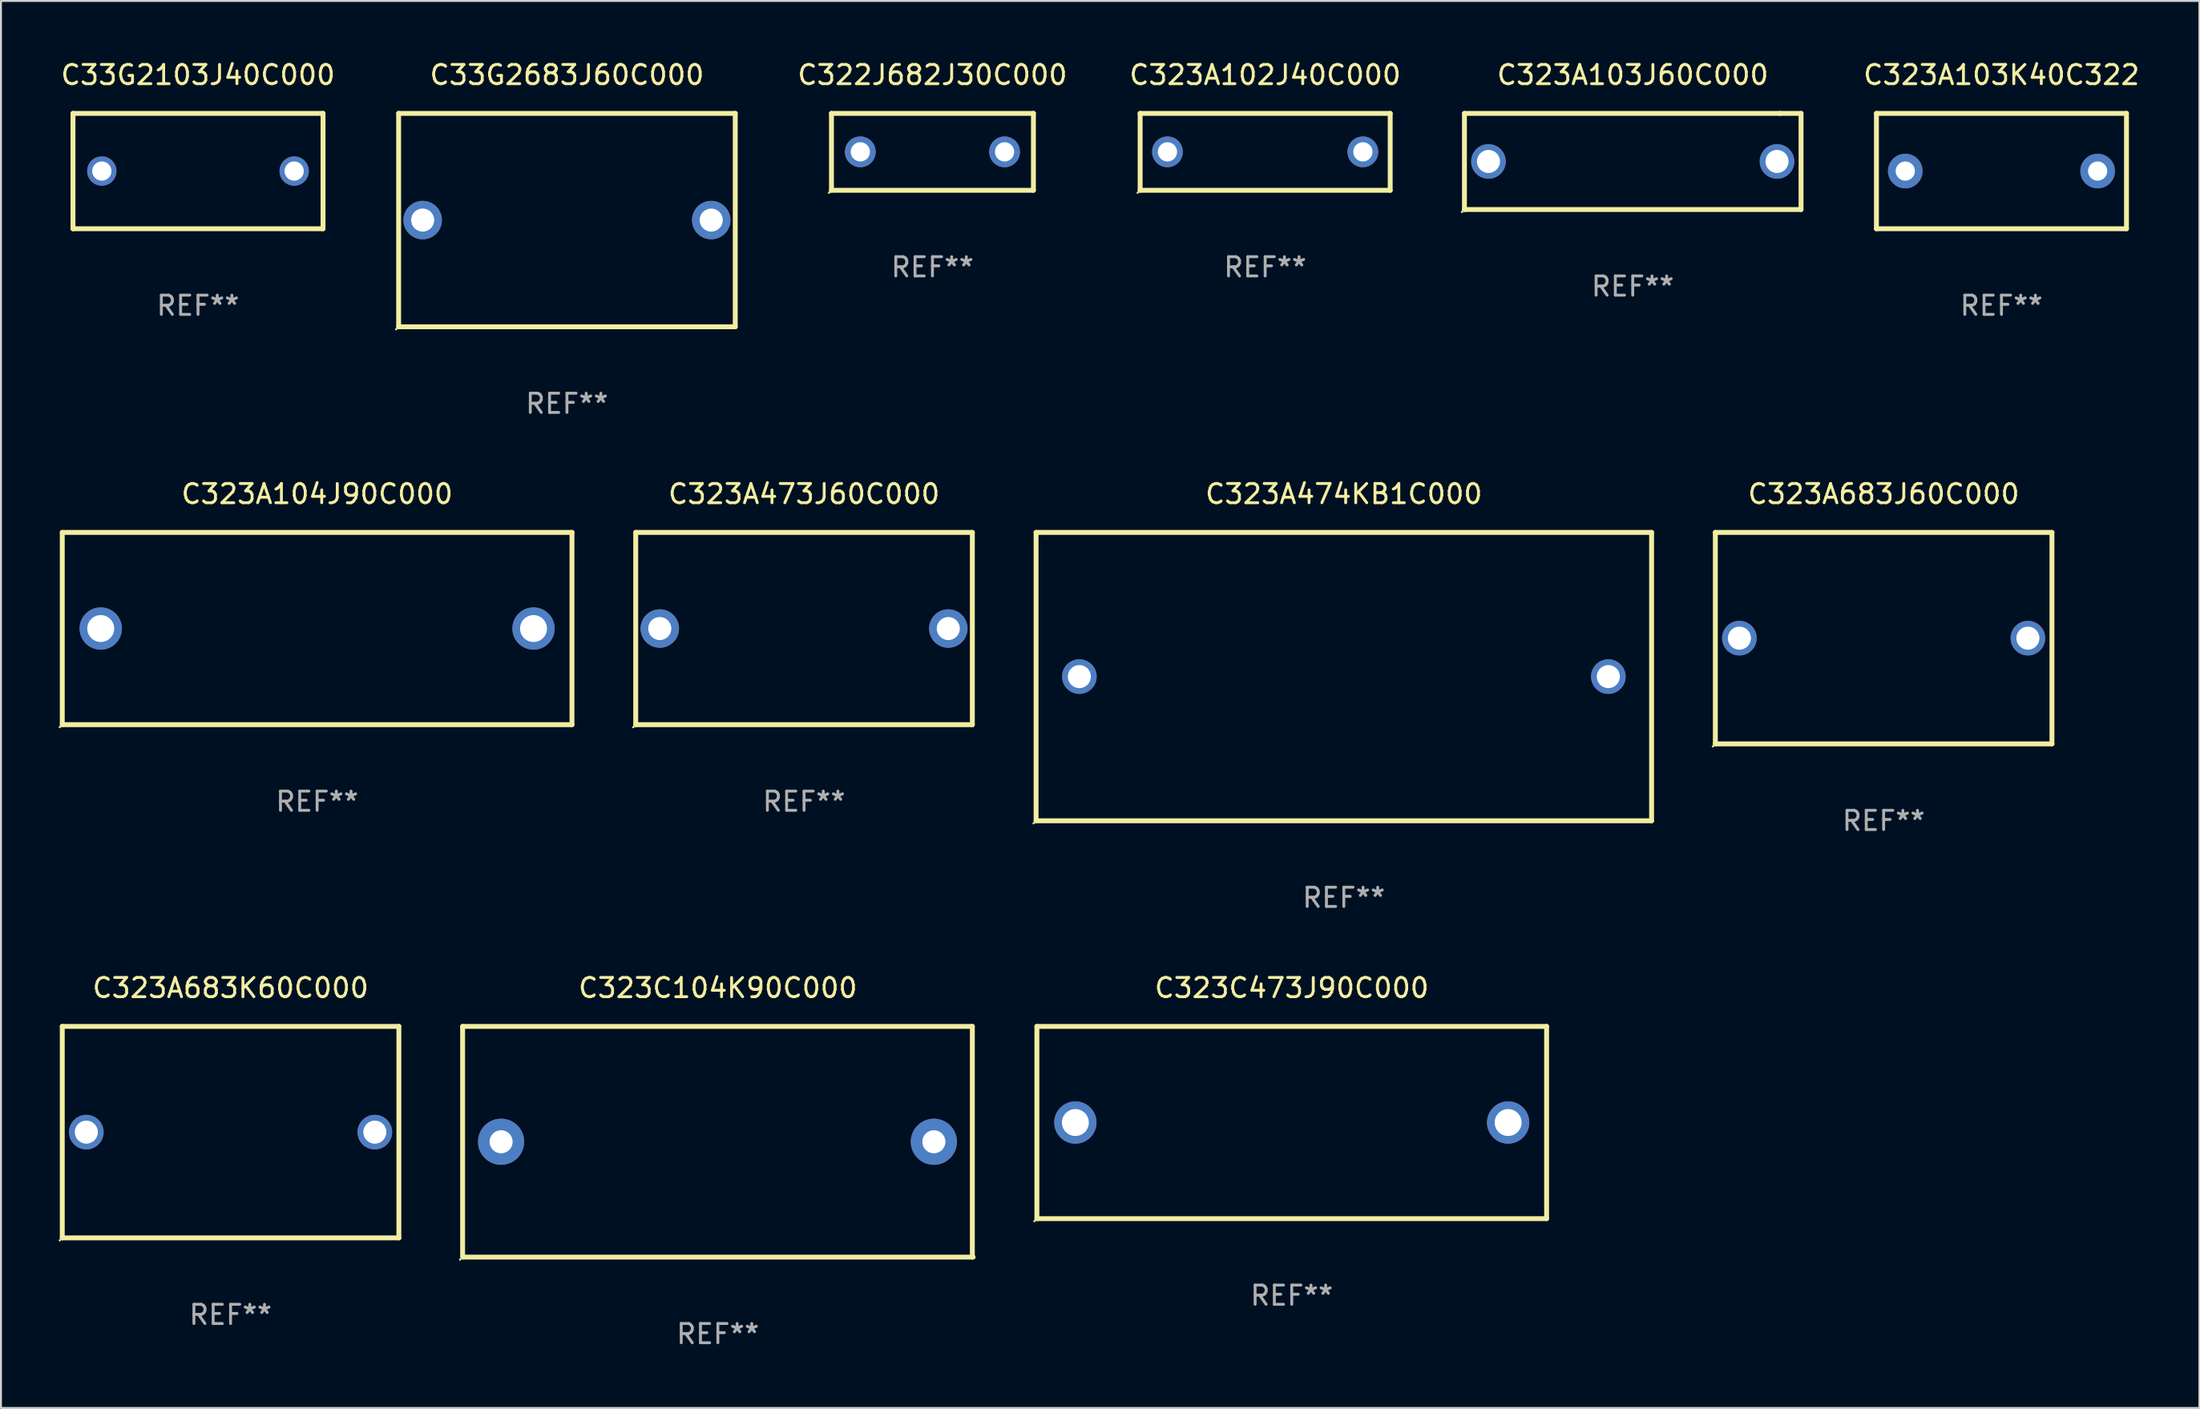
<source format=kicad_pcb>
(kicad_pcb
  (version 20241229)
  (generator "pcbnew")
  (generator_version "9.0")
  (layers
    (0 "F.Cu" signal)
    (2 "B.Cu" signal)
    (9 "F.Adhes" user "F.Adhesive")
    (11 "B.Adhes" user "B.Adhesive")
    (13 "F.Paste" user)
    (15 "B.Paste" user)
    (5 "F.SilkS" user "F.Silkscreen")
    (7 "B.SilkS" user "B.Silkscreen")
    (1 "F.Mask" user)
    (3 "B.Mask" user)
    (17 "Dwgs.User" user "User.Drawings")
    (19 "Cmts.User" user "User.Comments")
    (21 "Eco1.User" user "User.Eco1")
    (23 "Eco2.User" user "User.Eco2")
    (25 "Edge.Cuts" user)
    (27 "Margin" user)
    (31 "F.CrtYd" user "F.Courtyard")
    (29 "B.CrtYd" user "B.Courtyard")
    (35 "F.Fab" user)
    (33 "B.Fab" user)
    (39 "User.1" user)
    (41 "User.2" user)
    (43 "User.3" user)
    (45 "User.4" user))
  (footprint "C323A104J90C000"
    (layer "F.Cu")
    (at 13.437 29.645)
    (property "Reference" "C323A104J90C000" (at 0 -7 0) (layer "F.SilkS") (effects (font (size 1 1) (thickness 0.15))))
    (attr through_hole)
    (fp_line (start -13.25 -5) (end 13.25 -5) (stroke (width 0.254) (type solid)) (layer "F.SilkS"))
    (fp_line (start -13.25 5) (end -13.25 -5) (stroke (width 0.254) (type solid)) (layer "F.SilkS"))
    (fp_line (start 13.25 -5) (end 13.25 5) (stroke (width 0.254) (type solid)) (layer "F.SilkS"))
    (fp_line (start 13.25 5) (end -13.25 5) (stroke (width 0.254) (type solid)) (layer "F.SilkS"))
    (fp_circle (center -13.377 5.127) (end -13.347 5.127) (stroke (width 0.06) (type solid)) (fill no) (layer "F.SilkS"))
    (fp_text user "REF**" (at 0 9 0) (layer "F.Fab") (effects (font (size 1 1) (thickness 0.15))))
    (pad "1" thru_hole circle (at -11.25 0) (size 2.2 2.2) (drill 1.4) (layers "*.Cu" "*.Mask"))
    (pad "2" thru_hole circle (at 11.25 0) (size 2.2 2.2) (drill 1.4) (layers "*.Cu" "*.Mask")))
  (footprint "C323A102J40C000"
    (layer "F.Cu")
    (at 62.725 4.848)
    (property "Reference" "C323A102J40C000" (at 0 -4 0) (layer "F.SilkS") (effects (font (size 1 1) (thickness 0.15))))
    (attr through_hole)
    (fp_line (start -6.5 -2) (end 6.5 -2) (stroke (width 0.254) (type solid)) (layer "F.SilkS"))
    (fp_line (start -6.5 2) (end -6.5 -2) (stroke (width 0.254) (type solid)) (layer "F.SilkS"))
    (fp_line (start 6.5 -2) (end 6.5 2) (stroke (width 0.254) (type solid)) (layer "F.SilkS"))
    (fp_line (start 6.5 2) (end -6.5 2) (stroke (width 0.254) (type solid)) (layer "F.SilkS"))
    (fp_circle (center -6.627 2.127) (end -6.597 2.127) (stroke (width 0.06) (type solid)) (fill no) (layer "F.SilkS"))
    (fp_text user "REF**" (at 0 6 0) (layer "F.Fab") (effects (font (size 1 1) (thickness 0.15))))
    (pad "1" thru_hole circle (at -5.08 0) (size 1.6 1.6) (drill 1) (layers "*.Cu" "*.Mask"))
    (pad "2" thru_hole circle (at 5.08 0) (size 1.6 1.6) (drill 1) (layers "*.Cu" "*.Mask")))
  (footprint "C323A103K40C322"
    (layer "F.Cu")
    (at 101.004 5.848)
    (property "Reference" "C323A103K40C322" (at 0 -5 0) (layer "F.SilkS") (effects (font (size 1 1) (thickness 0.15))))
    (attr through_hole)
    (fp_line (start -6.5 -3) (end 6.5 -3) (stroke (width 0.254) (type solid)) (layer "F.SilkS"))
    (fp_line (start -6.5 3) (end -6.5 -3) (stroke (width 0.254) (type solid)) (layer "F.SilkS"))
    (fp_line (start 6.5 -3) (end 6.5 3) (stroke (width 0.254) (type solid)) (layer "F.SilkS"))
    (fp_line (start 6.5 3) (end -6.5 3) (stroke (width 0.254) (type solid)) (layer "F.SilkS"))
    (fp_circle (center -6.5 3) (end -6.47 3) (stroke (width 0.06) (type solid)) (fill no) (layer "F.SilkS"))
    (fp_text user "REF**" (at 0 7 0) (layer "F.Fab") (effects (font (size 1 1) (thickness 0.15))))
    (pad "1" thru_hole circle (at -5 0) (size 1.8 1.8) (drill 1) (layers "*.Cu" "*.Mask"))
    (pad "2" thru_hole circle (at 5 0) (size 1.8 1.8) (drill 1) (layers "*.Cu" "*.Mask")))
  (footprint "C323A683J60C000"
    (layer "F.Cu")
    (at 94.879 30.145)
    (property "Reference" "C323A683J60C000" (at 0 -7.5 0) (layer "F.SilkS") (effects (font (size 1 1) (thickness 0.15))))
    (attr through_hole)
    (fp_line (start -8.75 -5.5) (end 8.75 -5.5) (stroke (width 0.254) (type solid)) (layer "F.SilkS"))
    (fp_line (start -8.75 5.5) (end -8.75 -5.5) (stroke (width 0.254) (type solid)) (layer "F.SilkS"))
    (fp_line (start 8.75 -5.5) (end 8.75 5.5) (stroke (width 0.254) (type solid)) (layer "F.SilkS"))
    (fp_line (start 8.75 5.5) (end -8.75 5.5) (stroke (width 0.254) (type solid)) (layer "F.SilkS"))
    (fp_circle (center -8.877 5.627) (end -8.847 5.627) (stroke (width 0.06) (type solid)) (fill no) (layer "F.SilkS"))
    (fp_text user "REF**" (at 0 9.5 0) (layer "F.Fab") (effects (font (size 1 1) (thickness 0.15))))
    (pad "1" thru_hole circle (at -7.5 0) (size 1.8 1.8) (drill 1.2) (layers "*.Cu" "*.Mask"))
    (pad "2" thru_hole circle (at 7.5 0) (size 1.8 1.8) (drill 1.2) (layers "*.Cu" "*.Mask")))
  (footprint "C323A474KB1C000"
    (layer "F.Cu")
    (at 66.815 32.145)
    (property "Reference" "C323A474KB1C000" (at 0 -9.5 0) (layer "F.SilkS") (effects (font (size 1 1) (thickness 0.15))))
    (attr through_hole)
    (fp_line (start -16 -7.5) (end 16 -7.5) (stroke (width 0.254) (type solid)) (layer "F.SilkS"))
    (fp_line (start -16 7.5) (end -16 -7.5) (stroke (width 0.254) (type solid)) (layer "F.SilkS"))
    (fp_line (start 16 -7.5) (end 16 7.5) (stroke (width 0.254) (type solid)) (layer "F.SilkS"))
    (fp_line (start 16 7.5) (end -16 7.5) (stroke (width 0.254) (type solid)) (layer "F.SilkS"))
    (fp_circle (center -16.127 7.627) (end -16.097 7.627) (stroke (width 0.06) (type solid)) (fill no) (layer "F.SilkS"))
    (fp_text user "REF**" (at 0 11.5 0) (layer "F.Fab") (effects (font (size 1 1) (thickness 0.15))))
    (pad "1" thru_hole circle (at -13.75 0) (size 1.8 1.8) (drill 1.2) (layers "*.Cu" "*.Mask"))
    (pad "2" thru_hole circle (at 13.75 0) (size 1.8 1.8) (drill 1.2) (layers "*.Cu" "*.Mask")))
  (footprint "C323C104K90C000"
    (layer "F.Cu")
    (at 34.272 56.341)
    (property "Reference" "C323C104K90C000" (at 0 -8 0) (layer "F.SilkS") (effects (font (size 1 1) (thickness 0.15))))
    (attr through_hole)
    (fp_line (start -13.271 -6) (end 13.229 -6) (stroke (width 0.254) (type solid)) (layer "F.SilkS"))
    (fp_line (start -13.271 6) (end -13.271 -6) (stroke (width 0.254) (type solid)) (layer "F.SilkS"))
    (fp_line (start 13.229 -6) (end 13.229 6) (stroke (width 0.254) (type solid)) (layer "F.SilkS"))
    (fp_line (start 13.271 6) (end -13.229 6) (stroke (width 0.254) (type solid)) (layer "F.SilkS"))
    (fp_circle (center -13.398 6.127) (end -13.368 6.127) (stroke (width 0.06) (type solid)) (fill no) (layer "F.SilkS"))
    (fp_text user "REF**" (at 0 10 0) (layer "F.Fab") (effects (font (size 1 1) (thickness 0.15))))
    (pad "1" thru_hole circle (at -11.271 0) (size 2.4 2.4) (drill 1.2) (layers "*.Cu" "*.Mask"))
    (pad "2" thru_hole circle (at 11.229 0) (size 2.4 2.4) (drill 1.2) (layers "*.Cu" "*.Mask")))
  (footprint "C33G2103J40C000"
    (layer "F.Cu")
    (at 7.244 5.848)
    (property "Reference" "C33G2103J40C000" (at 0 -5 0) (layer "F.SilkS") (effects (font (size 1 1) (thickness 0.15))))
    (attr through_hole)
    (fp_line (start -6.5 -3) (end 6.5 -3) (stroke (width 0.254) (type solid)) (layer "F.SilkS"))
    (fp_line (start -6.5 3) (end -6.5 -3) (stroke (width 0.254) (type solid)) (layer "F.SilkS"))
    (fp_line (start -6.5 3) (end 6.5 3) (stroke (width 0.254) (type solid)) (layer "F.SilkS"))
    (fp_line (start 6.5 -3) (end 6.5 3) (stroke (width 0.254) (type solid)) (layer "F.SilkS"))
    (fp_circle (center -6.5 3) (end -6.47 3) (stroke (width 0.06) (type solid)) (fill no) (layer "F.SilkS"))
    (fp_text user "REF**" (at 0 7 0) (layer "F.Fab") (effects (font (size 1 1) (thickness 0.15))))
    (pad "1" thru_hole circle (at -5 0) (size 1.524 1.524) (drill 1) (layers "*.Cu" "*.Mask"))
    (pad "2" thru_hole circle (at 5 0) (size 1.524 1.524) (drill 1) (layers "*.Cu" "*.Mask")))
  (footprint "C33G2683J60C000"
    (layer "F.Cu")
    (at 26.425 8.398)
    (property "Reference" "C33G2683J60C000" (at 0 -7.55 0) (layer "F.SilkS") (effects (font (size 1 1) (thickness 0.15))))
    (attr through_hole)
    (fp_line (start -8.75 -5.55) (end 8.75 -5.55) (stroke (width 0.254) (type solid)) (layer "F.SilkS"))
    (fp_line (start -8.75 5.55) (end -8.75 -5.55) (stroke (width 0.254) (type solid)) (layer "F.SilkS"))
    (fp_line (start 8.75 -5.55) (end 8.75 5.55) (stroke (width 0.254) (type solid)) (layer "F.SilkS"))
    (fp_line (start 8.75 5.55) (end -8.75 5.55) (stroke (width 0.254) (type solid)) (layer "F.SilkS"))
    (fp_circle (center -8.877 5.677) (end -8.847 5.677) (stroke (width 0.06) (type solid)) (fill no) (layer "F.SilkS"))
    (fp_text user "REF**" (at 0 9.55 0) (layer "F.Fab") (effects (font (size 1 1) (thickness 0.15))))
    (pad "1" thru_hole circle (at -7.501 0) (size 2 2) (drill 1.2) (layers "*.Cu" "*.Mask"))
    (pad "2" thru_hole circle (at 7.501 0) (size 2 2) (drill 1.2) (layers "*.Cu" "*.Mask")))
  (footprint "C322J682J30C000"
    (layer "F.Cu")
    (at 45.427 4.848)
    (property "Reference" "C322J682J30C000" (at 0 -4 0) (layer "F.SilkS") (effects (font (size 1 1) (thickness 0.15))))
    (attr through_hole)
    (fp_line (start -5.25 -2) (end 5.25 -2) (stroke (width 0.254) (type solid)) (layer "F.SilkS"))
    (fp_line (start -5.25 2) (end -5.25 -2) (stroke (width 0.254) (type solid)) (layer "F.SilkS"))
    (fp_line (start 5.25 -2) (end 5.25 2) (stroke (width 0.254) (type solid)) (layer "F.SilkS"))
    (fp_line (start 5.25 2) (end -5.25 2) (stroke (width 0.254) (type solid)) (layer "F.SilkS"))
    (fp_circle (center -5.377 2.127) (end -5.347 2.127) (stroke (width 0.06) (type solid)) (fill no) (layer "F.SilkS"))
    (fp_text user "REF**" (at 0 6 0) (layer "F.Fab") (effects (font (size 1 1) (thickness 0.15))))
    (pad "1" thru_hole circle (at -3.75 0) (size 1.6 1.6) (drill 1) (layers "*.Cu" "*.Mask"))
    (pad "2" thru_hole circle (at 3.75 0) (size 1.6 1.6) (drill 1) (layers "*.Cu" "*.Mask")))
  (footprint "C323A473J60C000"
    (layer "F.Cu")
    (at 38.751 29.645)
    (property "Reference" "C323A473J60C000" (at 0 -7 0) (layer "F.SilkS") (effects (font (size 1 1) (thickness 0.15))))
    (attr through_hole)
    (fp_line (start -8.75 -5) (end 8.75 -5) (stroke (width 0.254) (type solid)) (layer "F.SilkS"))
    (fp_line (start -8.75 5) (end -8.75 -5) (stroke (width 0.254) (type solid)) (layer "F.SilkS"))
    (fp_line (start 8.75 -5) (end 8.75 5) (stroke (width 0.254) (type solid)) (layer "F.SilkS"))
    (fp_line (start 8.75 5) (end -8.75 5) (stroke (width 0.254) (type solid)) (layer "F.SilkS"))
    (fp_circle (center -8.877 5.127) (end -8.847 5.127) (stroke (width 0.06) (type solid)) (fill no) (layer "F.SilkS"))
    (fp_text user "REF**" (at 0 9 0) (layer "F.Fab") (effects (font (size 1 1) (thickness 0.15))))
    (pad "1" thru_hole circle (at -7.5 0) (size 2 2) (drill 1.2) (layers "*.Cu" "*.Mask"))
    (pad "2" thru_hole circle (at 7.5 0) (size 2 2) (drill 1.2) (layers "*.Cu" "*.Mask")))
  (footprint "C323A103J60C000"
    (layer "F.Cu")
    (at 81.835 5.348)
    (property "Reference" "C323A103J60C000" (at 0 -4.5 0) (layer "F.SilkS") (effects (font (size 1 1) (thickness 0.15))))
    (attr through_hole)
    (fp_line (start -8.75 -2.499) (end 7.653 -2.499) (stroke (width 0.254) (type solid)) (layer "F.SilkS"))
    (fp_line (start -8.75 2.5) (end -8.75 -2.5) (stroke (width 0.254) (type solid)) (layer "F.SilkS"))
    (fp_line (start 7.653 -2.499) (end 8.75 -2.499) (stroke (width 0.254) (type solid)) (layer "F.SilkS"))
    (fp_line (start 8.75 -2.5) (end 8.75 2.5) (stroke (width 0.254) (type solid)) (layer "F.SilkS"))
    (fp_line (start 8.75 2.5) (end -8.75 2.5) (stroke (width 0.254) (type solid)) (layer "F.SilkS"))
    (fp_circle (center -8.877 2.627) (end -8.847 2.627) (stroke (width 0.06) (type solid)) (fill no) (layer "F.SilkS"))
    (fp_text user "REF**" (at 0 6.5 0) (layer "F.Fab") (effects (font (size 1 1) (thickness 0.15))))
    (pad "1" thru_hole circle (at -7.501 0) (size 1.8 1.8) (drill 1.2) (layers "*.Cu" "*.Mask"))
    (pad "2" thru_hole circle (at 7.501 0) (size 1.8 1.8) (drill 1.2) (layers "*.Cu" "*.Mask")))
  (footprint "C323C473J90C000"
    (layer "F.Cu")
    (at 64.107 55.341)
    (property "Reference" "C323C473J90C000" (at 0 -7 0) (layer "F.SilkS") (effects (font (size 1 1) (thickness 0.15))))
    (attr through_hole)
    (fp_line (start -13.25 -5) (end 13.25 -5) (stroke (width 0.254) (type solid)) (layer "F.SilkS"))
    (fp_line (start -13.25 5) (end -13.25 -5) (stroke (width 0.254) (type solid)) (layer "F.SilkS"))
    (fp_line (start 13.25 -5) (end 13.25 5) (stroke (width 0.254) (type solid)) (layer "F.SilkS"))
    (fp_line (start 13.25 5) (end -13.25 5) (stroke (width 0.254) (type solid)) (layer "F.SilkS"))
    (fp_circle (center -13.377 5.127) (end -13.347 5.127) (stroke (width 0.06) (type solid)) (fill no) (layer "F.SilkS"))
    (fp_text user "REF**" (at 0 9 0) (layer "F.Fab") (effects (font (size 1 1) (thickness 0.15))))
    (pad "1" thru_hole circle (at -11.25 0) (size 2.2 2.2) (drill 1.4) (layers "*.Cu" "*.Mask"))
    (pad "2" thru_hole circle (at 11.25 0) (size 2.2 2.2) (drill 1.4) (layers "*.Cu" "*.Mask")))
  (footprint "C323A683K60C000"
    (layer "F.Cu")
    (at 8.937 55.841)
    (property "Reference" "C323A683K60C000" (at 0 -7.5 0) (layer "F.SilkS") (effects (font (size 1 1) (thickness 0.15))))
    (attr through_hole)
    (fp_line (start -8.75 -5.5) (end 8.75 -5.5) (stroke (width 0.254) (type solid)) (layer "F.SilkS"))
    (fp_line (start -8.75 5.5) (end -8.75 -5.5) (stroke (width 0.254) (type solid)) (layer "F.SilkS"))
    (fp_line (start 8.75 -5.5) (end 8.75 5.5) (stroke (width 0.254) (type solid)) (layer "F.SilkS"))
    (fp_line (start 8.75 5.5) (end -8.75 5.5) (stroke (width 0.254) (type solid)) (layer "F.SilkS"))
    (fp_circle (center -8.877 5.627) (end -8.847 5.627) (stroke (width 0.06) (type solid)) (fill no) (layer "F.SilkS"))
    (fp_text user "REF**" (at 0 9.5 0) (layer "F.Fab") (effects (font (size 1 1) (thickness 0.15))))
    (pad "1" thru_hole circle (at -7.5 0) (size 1.8 1.8) (drill 1.2) (layers "*.Cu" "*.Mask"))
    (pad "2" thru_hole circle (at 7.5 0) (size 1.8 1.8) (drill 1.2) (layers "*.Cu" "*.Mask")))
  (gr_rect
    (start -3 -3)
    (end 111.295 70.19)
    (stroke (width 0.1) (type default))
    (fill no)
    (layer "Edge.Cuts")))
</source>
